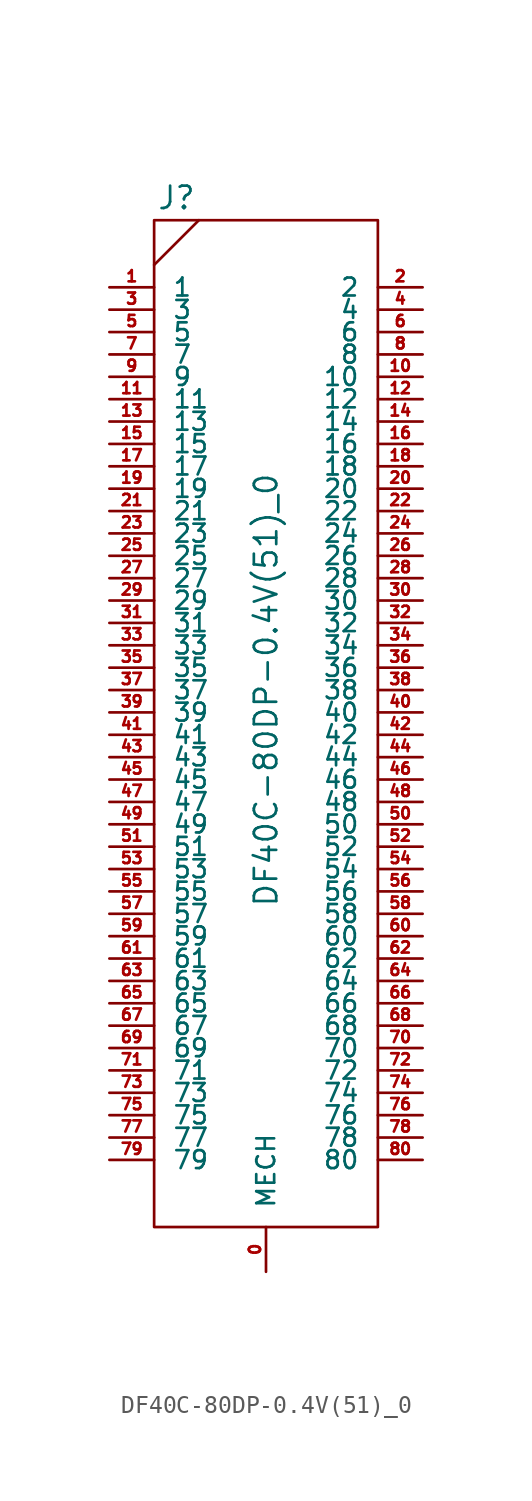
<source format=kicad_sym>
(kicad_symbol_lib
  (version 20231120)
  (generator "kicad_symbol_editor")
  (generator_version "8.0")
  (symbol "DF40C-80DP-0.4V(51)_0"
    (pin_names
      (offset 1.016))
    (property "Reference" "J"
      (at -5.08 29.21 0)
      (effects (font (size 1.27 1.27))))
    (property "Value" "DF40C-80DP-0.4V(51)_0"
      (at 0 1.27 90)
      (effects (font (size 1.27 1.27))))
    (symbol "DF40C-80DP-0.4V(51)_0_0_1"
      (rectangle (start -6.35 27.94) (end 6.35 -29.21) (stroke (width 0) (type default)) (fill (type none)))
      (polyline (pts (xy -3.81 27.94) (xy -6.35 25.4)) (stroke (width 0) (type default)) (fill (type none))))
    (symbol "DF40C-80DP-0.4V(51)_0_1_1"
      (pin input line (at 0 -31.75 90) (length 2.54) (name "MECH" (effects (font (size 1.016 1.016)))) (number "0" (effects (font (size 0.635 0.635)))))
      (pin passive line (at -8.89 24.13 0) (length 2.54) (name "1" (effects (font (size 1.016 1.016)))) (number "1" (effects (font (size 0.635 0.635)))))
      (pin passive line (at 8.89 19.05 180) (length 2.54) (name "10" (effects (font (size 1.016 1.016)))) (number "10" (effects (font (size 0.635 0.635)))))
      (pin passive line (at -8.89 17.78 0) (length 2.54) (name "11" (effects (font (size 1.016 1.016)))) (number "11" (effects (font (size 0.635 0.635)))))
      (pin passive line (at 8.89 17.78 180) (length 2.54) (name "12" (effects (font (size 1.016 1.016)))) (number "12" (effects (font (size 0.635 0.635)))))
      (pin passive line (at -8.89 16.51 0) (length 2.54) (name "13" (effects (font (size 1.016 1.016)))) (number "13" (effects (font (size 0.635 0.635)))))
      (pin passive line (at 8.89 16.51 180) (length 2.54) (name "14" (effects (font (size 1.016 1.016)))) (number "14" (effects (font (size 0.635 0.635)))))
      (pin passive line (at -8.89 15.24 0) (length 2.54) (name "15" (effects (font (size 1.016 1.016)))) (number "15" (effects (font (size 0.635 0.635)))))
      (pin passive line (at 8.89 15.24 180) (length 2.54) (name "16" (effects (font (size 1.016 1.016)))) (number "16" (effects (font (size 0.635 0.635)))))
      (pin passive line (at -8.89 13.97 0) (length 2.54) (name "17" (effects (font (size 1.016 1.016)))) (number "17" (effects (font (size 0.635 0.635)))))
      (pin passive line (at 8.89 13.97 180) (length 2.54) (name "18" (effects (font (size 1.016 1.016)))) (number "18" (effects (font (size 0.635 0.635)))))
      (pin passive line (at -8.89 12.7 0) (length 2.54) (name "19" (effects (font (size 1.016 1.016)))) (number "19" (effects (font (size 0.635 0.635)))))
      (pin passive line (at 8.89 24.13 180) (length 2.54) (name "2" (effects (font (size 1.016 1.016)))) (number "2" (effects (font (size 0.635 0.635)))))
      (pin passive line (at 8.89 12.7 180) (length 2.54) (name "20" (effects (font (size 1.016 1.016)))) (number "20" (effects (font (size 0.635 0.635)))))
      (pin passive line (at -8.89 11.43 0) (length 2.54) (name "21" (effects (font (size 1.016 1.016)))) (number "21" (effects (font (size 0.635 0.635)))))
      (pin passive line (at 8.89 11.43 180) (length 2.54) (name "22" (effects (font (size 1.016 1.016)))) (number "22" (effects (font (size 0.635 0.635)))))
      (pin passive line (at -8.89 10.16 0) (length 2.54) (name "23" (effects (font (size 1.016 1.016)))) (number "23" (effects (font (size 0.635 0.635)))))
      (pin passive line (at 8.89 10.16 180) (length 2.54) (name "24" (effects (font (size 1.016 1.016)))) (number "24" (effects (font (size 0.635 0.635)))))
      (pin passive line (at -8.89 8.89 0) (length 2.54) (name "25" (effects (font (size 1.016 1.016)))) (number "25" (effects (font (size 0.635 0.635)))))
      (pin passive line (at 8.89 8.89 180) (length 2.54) (name "26" (effects (font (size 1.016 1.016)))) (number "26" (effects (font (size 0.635 0.635)))))
      (pin passive line (at -8.89 7.62 0) (length 2.54) (name "27" (effects (font (size 1.016 1.016)))) (number "27" (effects (font (size 0.635 0.635)))))
      (pin passive line (at 8.89 7.62 180) (length 2.54) (name "28" (effects (font (size 1.016 1.016)))) (number "28" (effects (font (size 0.635 0.635)))))
      (pin passive line (at -8.89 6.35 0) (length 2.54) (name "29" (effects (font (size 1.016 1.016)))) (number "29" (effects (font (size 0.635 0.635)))))
      (pin passive line (at -8.89 22.86 0) (length 2.54) (name "3" (effects (font (size 1.016 1.016)))) (number "3" (effects (font (size 0.635 0.635)))))
      (pin passive line (at 8.89 6.35 180) (length 2.54) (name "30" (effects (font (size 1.016 1.016)))) (number "30" (effects (font (size 0.635 0.635)))))
      (pin passive line (at -8.89 5.08 0) (length 2.54) (name "31" (effects (font (size 1.016 1.016)))) (number "31" (effects (font (size 0.635 0.635)))))
      (pin passive line (at 8.89 5.08 180) (length 2.54) (name "32" (effects (font (size 1.016 1.016)))) (number "32" (effects (font (size 0.635 0.635)))))
      (pin passive line (at -8.89 3.81 0) (length 2.54) (name "33" (effects (font (size 1.016 1.016)))) (number "33" (effects (font (size 0.635 0.635)))))
      (pin passive line (at 8.89 3.81 180) (length 2.54) (name "34" (effects (font (size 1.016 1.016)))) (number "34" (effects (font (size 0.635 0.635)))))
      (pin passive line (at -8.89 2.54 0) (length 2.54) (name "35" (effects (font (size 1.016 1.016)))) (number "35" (effects (font (size 0.635 0.635)))))
      (pin passive line (at 8.89 2.54 180) (length 2.54) (name "36" (effects (font (size 1.016 1.016)))) (number "36" (effects (font (size 0.635 0.635)))))
      (pin passive line (at -8.89 1.27 0) (length 2.54) (name "37" (effects (font (size 1.016 1.016)))) (number "37" (effects (font (size 0.635 0.635)))))
      (pin passive line (at 8.89 1.27 180) (length 2.54) (name "38" (effects (font (size 1.016 1.016)))) (number "38" (effects (font (size 0.635 0.635)))))
      (pin passive line (at -8.89 0 0) (length 2.54) (name "39" (effects (font (size 1.016 1.016)))) (number "39" (effects (font (size 0.635 0.635)))))
      (pin passive line (at 8.89 22.86 180) (length 2.54) (name "4" (effects (font (size 1.016 1.016)))) (number "4" (effects (font (size 0.635 0.635)))))
      (pin passive line (at 8.89 0 180) (length 2.54) (name "40" (effects (font (size 1.016 1.016)))) (number "40" (effects (font (size 0.635 0.635)))))
      (pin passive line (at -8.89 -1.27 0) (length 2.54) (name "41" (effects (font (size 1.016 1.016)))) (number "41" (effects (font (size 0.635 0.635)))))
      (pin passive line (at 8.89 -1.27 180) (length 2.54) (name "42" (effects (font (size 1.016 1.016)))) (number "42" (effects (font (size 0.635 0.635)))))
      (pin passive line (at -8.89 -2.54 0) (length 2.54) (name "43" (effects (font (size 1.016 1.016)))) (number "43" (effects (font (size 0.635 0.635)))))
      (pin passive line (at 8.89 -2.54 180) (length 2.54) (name "44" (effects (font (size 1.016 1.016)))) (number "44" (effects (font (size 0.635 0.635)))))
      (pin passive line (at -8.89 -3.81 0) (length 2.54) (name "45" (effects (font (size 1.016 1.016)))) (number "45" (effects (font (size 0.635 0.635)))))
      (pin passive line (at 8.89 -3.81 180) (length 2.54) (name "46" (effects (font (size 1.016 1.016)))) (number "46" (effects (font (size 0.635 0.635)))))
      (pin passive line (at -8.89 -5.08 0) (length 2.54) (name "47" (effects (font (size 1.016 1.016)))) (number "47" (effects (font (size 0.635 0.635)))))
      (pin passive line (at 8.89 -5.08 180) (length 2.54) (name "48" (effects (font (size 1.016 1.016)))) (number "48" (effects (font (size 0.635 0.635)))))
      (pin passive line (at -8.89 -6.35 0) (length 2.54) (name "49" (effects (font (size 1.016 1.016)))) (number "49" (effects (font (size 0.635 0.635)))))
      (pin passive line (at -8.89 21.59 0) (length 2.54) (name "5" (effects (font (size 1.016 1.016)))) (number "5" (effects (font (size 0.635 0.635)))))
      (pin passive line (at 8.89 -6.35 180) (length 2.54) (name "50" (effects (font (size 1.016 1.016)))) (number "50" (effects (font (size 0.635 0.635)))))
      (pin passive line (at -8.89 -7.62 0) (length 2.54) (name "51" (effects (font (size 1.016 1.016)))) (number "51" (effects (font (size 0.635 0.635)))))
      (pin passive line (at 8.89 -7.62 180) (length 2.54) (name "52" (effects (font (size 1.016 1.016)))) (number "52" (effects (font (size 0.635 0.635)))))
      (pin passive line (at -8.89 -8.89 0) (length 2.54) (name "53" (effects (font (size 1.016 1.016)))) (number "53" (effects (font (size 0.635 0.635)))))
      (pin passive line (at 8.89 -8.89 180) (length 2.54) (name "54" (effects (font (size 1.016 1.016)))) (number "54" (effects (font (size 0.635 0.635)))))
      (pin passive line (at -8.89 -10.16 0) (length 2.54) (name "55" (effects (font (size 1.016 1.016)))) (number "55" (effects (font (size 0.635 0.635)))))
      (pin passive line (at 8.89 -10.16 180) (length 2.54) (name "56" (effects (font (size 1.016 1.016)))) (number "56" (effects (font (size 0.635 0.635)))))
      (pin passive line (at -8.89 -11.43 0) (length 2.54) (name "57" (effects (font (size 1.016 1.016)))) (number "57" (effects (font (size 0.635 0.635)))))
      (pin passive line (at 8.89 -11.43 180) (length 2.54) (name "58" (effects (font (size 1.016 1.016)))) (number "58" (effects (font (size 0.635 0.635)))))
      (pin passive line (at -8.89 -12.7 0) (length 2.54) (name "59" (effects (font (size 1.016 1.016)))) (number "59" (effects (font (size 0.635 0.635)))))
      (pin passive line (at 8.89 21.59 180) (length 2.54) (name "6" (effects (font (size 1.016 1.016)))) (number "6" (effects (font (size 0.635 0.635)))))
      (pin passive line (at 8.89 -12.7 180) (length 2.54) (name "60" (effects (font (size 1.016 1.016)))) (number "60" (effects (font (size 0.635 0.635)))))
      (pin passive line (at -8.89 -13.97 0) (length 2.54) (name "61" (effects (font (size 1.016 1.016)))) (number "61" (effects (font (size 0.635 0.635)))))
      (pin passive line (at 8.89 -13.97 180) (length 2.54) (name "62" (effects (font (size 1.016 1.016)))) (number "62" (effects (font (size 0.635 0.635)))))
      (pin passive line (at -8.89 -15.24 0) (length 2.54) (name "63" (effects (font (size 1.016 1.016)))) (number "63" (effects (font (size 0.635 0.635)))))
      (pin passive line (at 8.89 -15.24 180) (length 2.54) (name "64" (effects (font (size 1.016 1.016)))) (number "64" (effects (font (size 0.635 0.635)))))
      (pin passive line (at -8.89 -16.51 0) (length 2.54) (name "65" (effects (font (size 1.016 1.016)))) (number "65" (effects (font (size 0.635 0.635)))))
      (pin passive line (at 8.89 -16.51 180) (length 2.54) (name "66" (effects (font (size 1.016 1.016)))) (number "66" (effects (font (size 0.635 0.635)))))
      (pin passive line (at -8.89 -17.78 0) (length 2.54) (name "67" (effects (font (size 1.016 1.016)))) (number "67" (effects (font (size 0.635 0.635)))))
      (pin passive line (at 8.89 -17.78 180) (length 2.54) (name "68" (effects (font (size 1.016 1.016)))) (number "68" (effects (font (size 0.635 0.635)))))
      (pin passive line (at -8.89 -19.05 0) (length 2.54) (name "69" (effects (font (size 1.016 1.016)))) (number "69" (effects (font (size 0.635 0.635)))))
      (pin passive line (at -8.89 20.32 0) (length 2.54) (name "7" (effects (font (size 1.016 1.016)))) (number "7" (effects (font (size 0.635 0.635)))))
      (pin passive line (at 8.89 -19.05 180) (length 2.54) (name "70" (effects (font (size 1.016 1.016)))) (number "70" (effects (font (size 0.635 0.635)))))
      (pin passive line (at -8.89 -20.32 0) (length 2.54) (name "71" (effects (font (size 1.016 1.016)))) (number "71" (effects (font (size 0.635 0.635)))))
      (pin passive line (at 8.89 -20.32 180) (length 2.54) (name "72" (effects (font (size 1.016 1.016)))) (number "72" (effects (font (size 0.635 0.635)))))
      (pin passive line (at -8.89 -21.59 0) (length 2.54) (name "73" (effects (font (size 1.016 1.016)))) (number "73" (effects (font (size 0.635 0.635)))))
      (pin passive line (at 8.89 -21.59 180) (length 2.54) (name "74" (effects (font (size 1.016 1.016)))) (number "74" (effects (font (size 0.635 0.635)))))
      (pin passive line (at -8.89 -22.86 0) (length 2.54) (name "75" (effects (font (size 1.016 1.016)))) (number "75" (effects (font (size 0.635 0.635)))))
      (pin passive line (at 8.89 -22.86 180) (length 2.54) (name "76" (effects (font (size 1.016 1.016)))) (number "76" (effects (font (size 0.635 0.635)))))
      (pin passive line (at -8.89 -24.13 0) (length 2.54) (name "77" (effects (font (size 1.016 1.016)))) (number "77" (effects (font (size 0.635 0.635)))))
      (pin passive line (at 8.89 -24.13 180) (length 2.54) (name "78" (effects (font (size 1.016 1.016)))) (number "78" (effects (font (size 0.635 0.635)))))
      (pin passive line (at -8.89 -25.4 0) (length 2.54) (name "79" (effects (font (size 1.016 1.016)))) (number "79" (effects (font (size 0.635 0.635)))))
      (pin passive line (at 8.89 20.32 180) (length 2.54) (name "8" (effects (font (size 1.016 1.016)))) (number "8" (effects (font (size 0.635 0.635)))))
      (pin passive line (at 8.89 -25.4 180) (length 2.54) (name "80" (effects (font (size 1.016 1.016)))) (number "80" (effects (font (size 0.635 0.635)))))
      (pin passive line (at -8.89 19.05 0) (length 2.54) (name "9" (effects (font (size 1.016 1.016)))) (number "9" (effects (font (size 0.635 0.635))))))))
</source>
